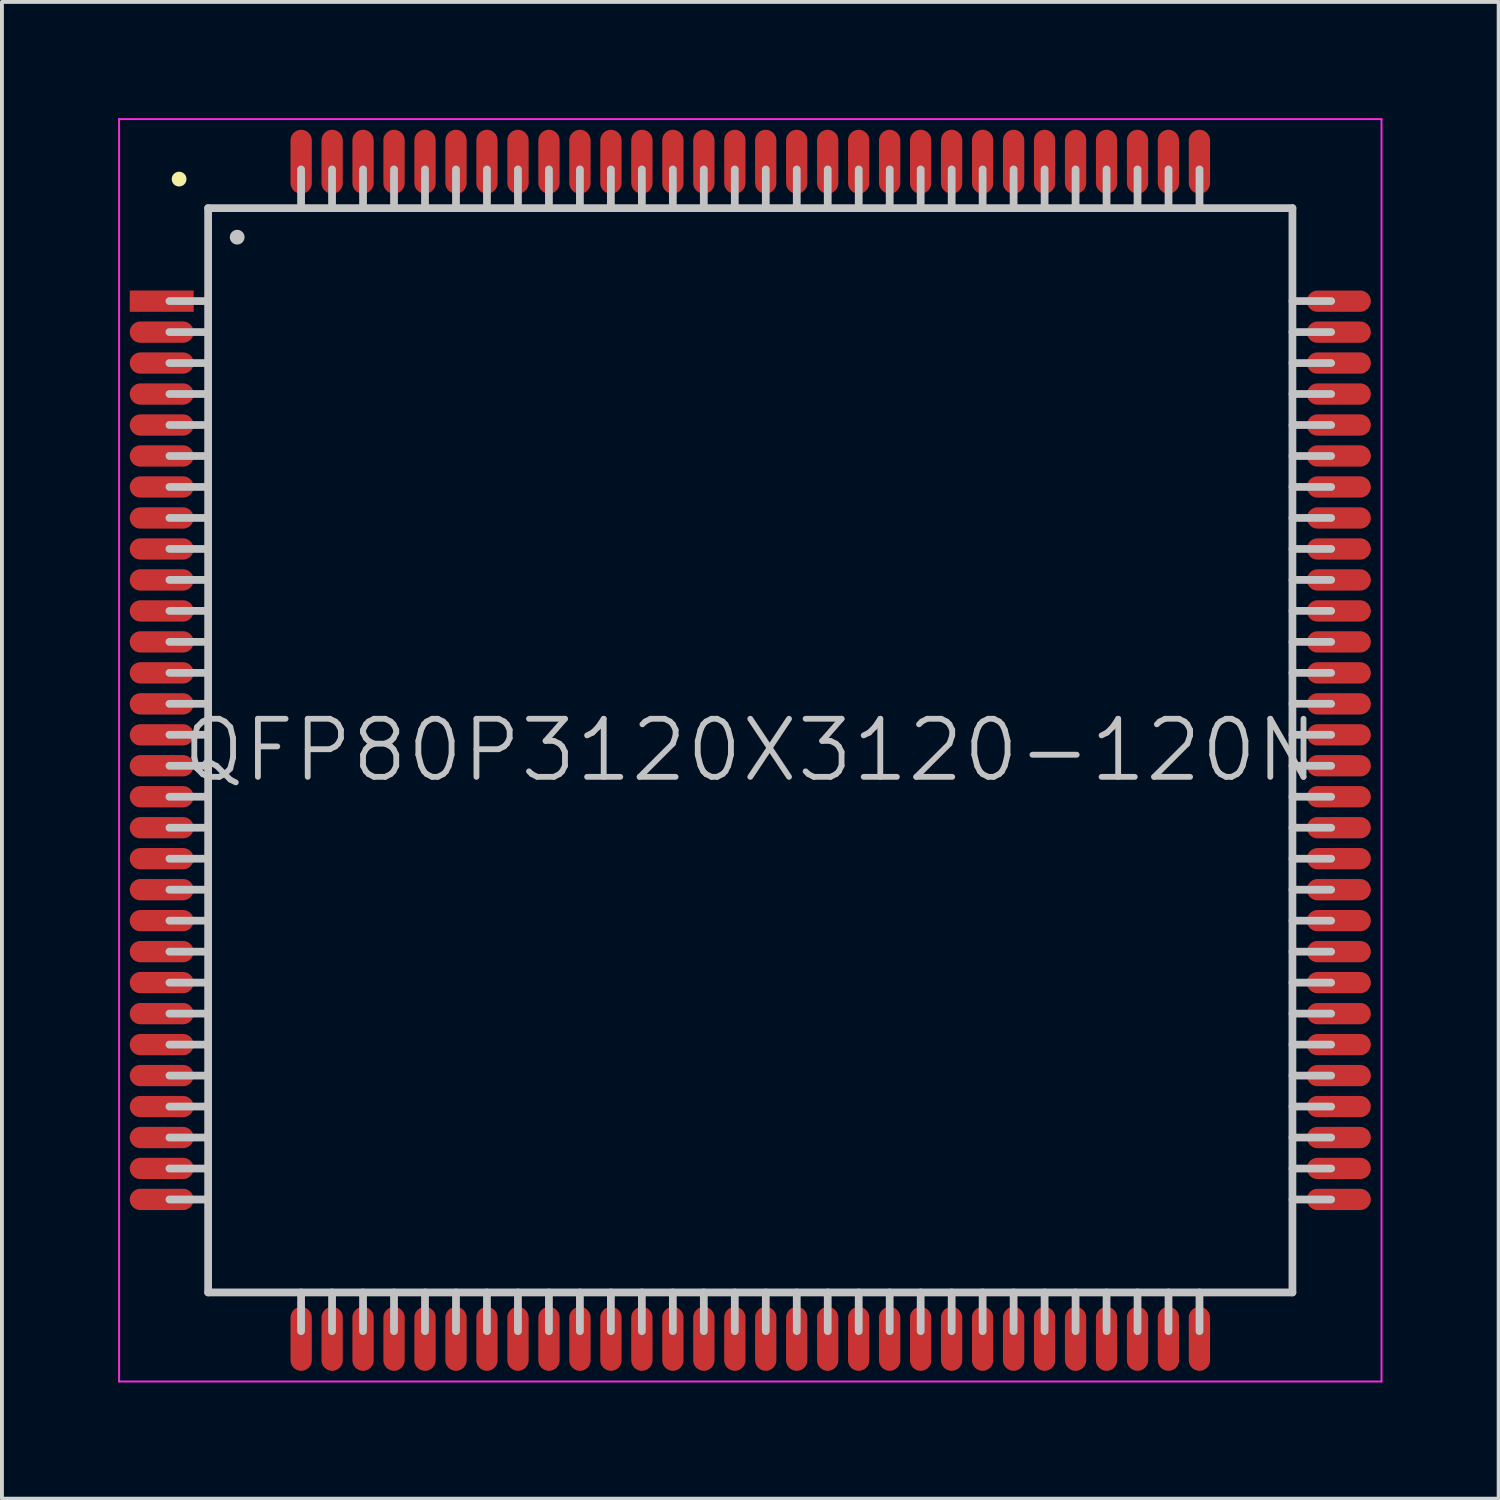
<source format=kicad_pcb>
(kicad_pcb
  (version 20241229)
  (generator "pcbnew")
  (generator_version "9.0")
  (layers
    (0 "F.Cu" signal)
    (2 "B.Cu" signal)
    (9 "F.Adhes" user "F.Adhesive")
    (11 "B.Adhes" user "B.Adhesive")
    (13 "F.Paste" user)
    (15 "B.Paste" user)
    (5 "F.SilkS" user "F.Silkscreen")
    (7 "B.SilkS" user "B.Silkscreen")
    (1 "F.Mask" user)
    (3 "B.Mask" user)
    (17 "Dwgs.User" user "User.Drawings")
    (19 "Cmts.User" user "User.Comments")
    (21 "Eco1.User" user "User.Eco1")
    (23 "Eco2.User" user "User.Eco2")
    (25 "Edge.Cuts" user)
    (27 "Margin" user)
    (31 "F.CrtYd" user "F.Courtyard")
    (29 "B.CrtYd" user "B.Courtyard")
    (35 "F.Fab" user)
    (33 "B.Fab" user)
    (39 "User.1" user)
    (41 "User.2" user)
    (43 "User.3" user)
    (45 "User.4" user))
  (footprint "QFP80P3120X3120-120N"
    (layer "F.Cu")
    (at 16.325 16.325)
    (property "Reference" "QFP80P3120X3120-120N" (at 0 0 0) (layer "Dwgs.User") (effects (font (size 1.5 1.5) (thickness 0.15))))
    (attr smd)
    (fp_line (start -14.75 -14.75) (end -14.75 -14.75) (stroke (width 0.381) (type solid)) (layer "F.SilkS"))
    (fp_line (start -14 -14) (end -14 14) (stroke (width 0.2) (type solid)) (layer "Dwgs.User"))
    (fp_line (start -14 -14) (end 14 -14) (stroke (width 0.2) (type solid)) (layer "Dwgs.User"))
    (fp_line (start -14 -11.6) (end -15 -11.6) (stroke (width 0.2) (type solid)) (layer "Dwgs.User"))
    (fp_line (start -14 -10.8) (end -15 -10.8) (stroke (width 0.2) (type solid)) (layer "Dwgs.User"))
    (fp_line (start -14 -10) (end -15 -10) (stroke (width 0.2) (type solid)) (layer "Dwgs.User"))
    (fp_line (start -14 -9.2) (end -15 -9.2) (stroke (width 0.2) (type solid)) (layer "Dwgs.User"))
    (fp_line (start -14 -8.4) (end -15 -8.4) (stroke (width 0.2) (type solid)) (layer "Dwgs.User"))
    (fp_line (start -14 -7.6) (end -15 -7.6) (stroke (width 0.2) (type solid)) (layer "Dwgs.User"))
    (fp_line (start -14 -6.8) (end -15 -6.8) (stroke (width 0.2) (type solid)) (layer "Dwgs.User"))
    (fp_line (start -14 -6) (end -15 -6) (stroke (width 0.2) (type solid)) (layer "Dwgs.User"))
    (fp_line (start -14 -5.2) (end -15 -5.2) (stroke (width 0.2) (type solid)) (layer "Dwgs.User"))
    (fp_line (start -14 -4.4) (end -15 -4.4) (stroke (width 0.2) (type solid)) (layer "Dwgs.User"))
    (fp_line (start -14 -3.6) (end -15 -3.6) (stroke (width 0.2) (type solid)) (layer "Dwgs.User"))
    (fp_line (start -14 -2.8) (end -15 -2.8) (stroke (width 0.2) (type solid)) (layer "Dwgs.User"))
    (fp_line (start -14 -2) (end -15 -2) (stroke (width 0.2) (type solid)) (layer "Dwgs.User"))
    (fp_line (start -14 -1.2) (end -15 -1.2) (stroke (width 0.2) (type solid)) (layer "Dwgs.User"))
    (fp_line (start -14 -0.4) (end -15 -0.4) (stroke (width 0.2) (type solid)) (layer "Dwgs.User"))
    (fp_line (start -14 0.4) (end -15 0.4) (stroke (width 0.2) (type solid)) (layer "Dwgs.User"))
    (fp_line (start -14 1.2) (end -15 1.2) (stroke (width 0.2) (type solid)) (layer "Dwgs.User"))
    (fp_line (start -14 2) (end -15 2) (stroke (width 0.2) (type solid)) (layer "Dwgs.User"))
    (fp_line (start -14 2.8) (end -15 2.8) (stroke (width 0.2) (type solid)) (layer "Dwgs.User"))
    (fp_line (start -14 3.6) (end -15 3.6) (stroke (width 0.2) (type solid)) (layer "Dwgs.User"))
    (fp_line (start -14 4.4) (end -15 4.4) (stroke (width 0.2) (type solid)) (layer "Dwgs.User"))
    (fp_line (start -14 5.2) (end -15 5.2) (stroke (width 0.2) (type solid)) (layer "Dwgs.User"))
    (fp_line (start -14 6) (end -15 6) (stroke (width 0.2) (type solid)) (layer "Dwgs.User"))
    (fp_line (start -14 6.8) (end -15 6.8) (stroke (width 0.2) (type solid)) (layer "Dwgs.User"))
    (fp_line (start -14 7.6) (end -15 7.6) (stroke (width 0.2) (type solid)) (layer "Dwgs.User"))
    (fp_line (start -14 8.4) (end -15 8.4) (stroke (width 0.2) (type solid)) (layer "Dwgs.User"))
    (fp_line (start -14 9.2) (end -15 9.2) (stroke (width 0.2) (type solid)) (layer "Dwgs.User"))
    (fp_line (start -14 10) (end -15 10) (stroke (width 0.2) (type solid)) (layer "Dwgs.User"))
    (fp_line (start -14 10.8) (end -15 10.8) (stroke (width 0.2) (type solid)) (layer "Dwgs.User"))
    (fp_line (start -14 11.6) (end -15 11.6) (stroke (width 0.2) (type solid)) (layer "Dwgs.User"))
    (fp_line (start -14 14) (end 14 14) (stroke (width 0.2) (type solid)) (layer "Dwgs.User"))
    (fp_line (start -13.25 -13.25) (end -13.25 -13.25) (stroke (width 0.381) (type solid)) (layer "Dwgs.User"))
    (fp_line (start -11.6 -14) (end -11.6 -15) (stroke (width 0.2) (type solid)) (layer "Dwgs.User"))
    (fp_line (start -11.6 15) (end -11.6 14) (stroke (width 0.2) (type solid)) (layer "Dwgs.User"))
    (fp_line (start -10.8 -14) (end -10.8 -15) (stroke (width 0.2) (type solid)) (layer "Dwgs.User"))
    (fp_line (start -10.8 15) (end -10.8 14) (stroke (width 0.2) (type solid)) (layer "Dwgs.User"))
    (fp_line (start -10 -14) (end -10 -15) (stroke (width 0.2) (type solid)) (layer "Dwgs.User"))
    (fp_line (start -10 15) (end -10 14) (stroke (width 0.2) (type solid)) (layer "Dwgs.User"))
    (fp_line (start -9.2 -14) (end -9.2 -15) (stroke (width 0.2) (type solid)) (layer "Dwgs.User"))
    (fp_line (start -9.2 15) (end -9.2 14) (stroke (width 0.2) (type solid)) (layer "Dwgs.User"))
    (fp_line (start -8.4 -14) (end -8.4 -15) (stroke (width 0.2) (type solid)) (layer "Dwgs.User"))
    (fp_line (start -8.4 15) (end -8.4 14) (stroke (width 0.2) (type solid)) (layer "Dwgs.User"))
    (fp_line (start -7.6 -14) (end -7.6 -15) (stroke (width 0.2) (type solid)) (layer "Dwgs.User"))
    (fp_line (start -7.6 15) (end -7.6 14) (stroke (width 0.2) (type solid)) (layer "Dwgs.User"))
    (fp_line (start -6.8 -14) (end -6.8 -15) (stroke (width 0.2) (type solid)) (layer "Dwgs.User"))
    (fp_line (start -6.8 15) (end -6.8 14) (stroke (width 0.2) (type solid)) (layer "Dwgs.User"))
    (fp_line (start -6 -14) (end -6 -15) (stroke (width 0.2) (type solid)) (layer "Dwgs.User"))
    (fp_line (start -6 15) (end -6 14) (stroke (width 0.2) (type solid)) (layer "Dwgs.User"))
    (fp_line (start -5.2 -14) (end -5.2 -15) (stroke (width 0.2) (type solid)) (layer "Dwgs.User"))
    (fp_line (start -5.2 15) (end -5.2 14) (stroke (width 0.2) (type solid)) (layer "Dwgs.User"))
    (fp_line (start -4.4 -14) (end -4.4 -15) (stroke (width 0.2) (type solid)) (layer "Dwgs.User"))
    (fp_line (start -4.4 15) (end -4.4 14) (stroke (width 0.2) (type solid)) (layer "Dwgs.User"))
    (fp_line (start -3.6 -14) (end -3.6 -15) (stroke (width 0.2) (type solid)) (layer "Dwgs.User"))
    (fp_line (start -3.6 15) (end -3.6 14) (stroke (width 0.2) (type solid)) (layer "Dwgs.User"))
    (fp_line (start -2.8 -14) (end -2.8 -15) (stroke (width 0.2) (type solid)) (layer "Dwgs.User"))
    (fp_line (start -2.8 15) (end -2.8 14) (stroke (width 0.2) (type solid)) (layer "Dwgs.User"))
    (fp_line (start -2 -14) (end -2 -15) (stroke (width 0.2) (type solid)) (layer "Dwgs.User"))
    (fp_line (start -2 15) (end -2 14) (stroke (width 0.2) (type solid)) (layer "Dwgs.User"))
    (fp_line (start -1.2 -14) (end -1.2 -15) (stroke (width 0.2) (type solid)) (layer "Dwgs.User"))
    (fp_line (start -1.2 15) (end -1.2 14) (stroke (width 0.2) (type solid)) (layer "Dwgs.User"))
    (fp_line (start -0.4 -14) (end -0.4 -15) (stroke (width 0.2) (type solid)) (layer "Dwgs.User"))
    (fp_line (start -0.4 15) (end -0.4 14) (stroke (width 0.2) (type solid)) (layer "Dwgs.User"))
    (fp_line (start 0.4 -14) (end 0.4 -15) (stroke (width 0.2) (type solid)) (layer "Dwgs.User"))
    (fp_line (start 0.4 15) (end 0.4 14) (stroke (width 0.2) (type solid)) (layer "Dwgs.User"))
    (fp_line (start 1.2 -14) (end 1.2 -15) (stroke (width 0.2) (type solid)) (layer "Dwgs.User"))
    (fp_line (start 1.2 15) (end 1.2 14) (stroke (width 0.2) (type solid)) (layer "Dwgs.User"))
    (fp_line (start 2 -14) (end 2 -15) (stroke (width 0.2) (type solid)) (layer "Dwgs.User"))
    (fp_line (start 2 15) (end 2 14) (stroke (width 0.2) (type solid)) (layer "Dwgs.User"))
    (fp_line (start 2.8 -14) (end 2.8 -15) (stroke (width 0.2) (type solid)) (layer "Dwgs.User"))
    (fp_line (start 2.8 15) (end 2.8 14) (stroke (width 0.2) (type solid)) (layer "Dwgs.User"))
    (fp_line (start 3.6 -14) (end 3.6 -15) (stroke (width 0.2) (type solid)) (layer "Dwgs.User"))
    (fp_line (start 3.6 15) (end 3.6 14) (stroke (width 0.2) (type solid)) (layer "Dwgs.User"))
    (fp_line (start 4.4 -14) (end 4.4 -15) (stroke (width 0.2) (type solid)) (layer "Dwgs.User"))
    (fp_line (start 4.4 15) (end 4.4 14) (stroke (width 0.2) (type solid)) (layer "Dwgs.User"))
    (fp_line (start 5.2 -14) (end 5.2 -15) (stroke (width 0.2) (type solid)) (layer "Dwgs.User"))
    (fp_line (start 5.2 15) (end 5.2 14) (stroke (width 0.2) (type solid)) (layer "Dwgs.User"))
    (fp_line (start 6 -14) (end 6 -15) (stroke (width 0.2) (type solid)) (layer "Dwgs.User"))
    (fp_line (start 6 15) (end 6 14) (stroke (width 0.2) (type solid)) (layer "Dwgs.User"))
    (fp_line (start 6.8 -14) (end 6.8 -15) (stroke (width 0.2) (type solid)) (layer "Dwgs.User"))
    (fp_line (start 6.8 15) (end 6.8 14) (stroke (width 0.2) (type solid)) (layer "Dwgs.User"))
    (fp_line (start 7.6 -14) (end 7.6 -15) (stroke (width 0.2) (type solid)) (layer "Dwgs.User"))
    (fp_line (start 7.6 15) (end 7.6 14) (stroke (width 0.2) (type solid)) (layer "Dwgs.User"))
    (fp_line (start 8.4 -14) (end 8.4 -15) (stroke (width 0.2) (type solid)) (layer "Dwgs.User"))
    (fp_line (start 8.4 15) (end 8.4 14) (stroke (width 0.2) (type solid)) (layer "Dwgs.User"))
    (fp_line (start 9.2 -14) (end 9.2 -15) (stroke (width 0.2) (type solid)) (layer "Dwgs.User"))
    (fp_line (start 9.2 15) (end 9.2 14) (stroke (width 0.2) (type solid)) (layer "Dwgs.User"))
    (fp_line (start 10 -14) (end 10 -15) (stroke (width 0.2) (type solid)) (layer "Dwgs.User"))
    (fp_line (start 10 15) (end 10 14) (stroke (width 0.2) (type solid)) (layer "Dwgs.User"))
    (fp_line (start 10.8 -14) (end 10.8 -15) (stroke (width 0.2) (type solid)) (layer "Dwgs.User"))
    (fp_line (start 10.8 15) (end 10.8 14) (stroke (width 0.2) (type solid)) (layer "Dwgs.User"))
    (fp_line (start 11.6 -14) (end 11.6 -15) (stroke (width 0.2) (type solid)) (layer "Dwgs.User"))
    (fp_line (start 11.6 15) (end 11.6 14) (stroke (width 0.2) (type solid)) (layer "Dwgs.User"))
    (fp_line (start 14 -14) (end 14 14) (stroke (width 0.2) (type solid)) (layer "Dwgs.User"))
    (fp_line (start 15 -11.6) (end 14 -11.6) (stroke (width 0.2) (type solid)) (layer "Dwgs.User"))
    (fp_line (start 15 -10.8) (end 14 -10.8) (stroke (width 0.2) (type solid)) (layer "Dwgs.User"))
    (fp_line (start 15 -10) (end 14 -10) (stroke (width 0.2) (type solid)) (layer "Dwgs.User"))
    (fp_line (start 15 -9.2) (end 14 -9.2) (stroke (width 0.2) (type solid)) (layer "Dwgs.User"))
    (fp_line (start 15 -8.4) (end 14 -8.4) (stroke (width 0.2) (type solid)) (layer "Dwgs.User"))
    (fp_line (start 15 -7.6) (end 14 -7.6) (stroke (width 0.2) (type solid)) (layer "Dwgs.User"))
    (fp_line (start 15 -6.8) (end 14 -6.8) (stroke (width 0.2) (type solid)) (layer "Dwgs.User"))
    (fp_line (start 15 -6) (end 14 -6) (stroke (width 0.2) (type solid)) (layer "Dwgs.User"))
    (fp_line (start 15 -5.2) (end 14 -5.2) (stroke (width 0.2) (type solid)) (layer "Dwgs.User"))
    (fp_line (start 15 -4.4) (end 14 -4.4) (stroke (width 0.2) (type solid)) (layer "Dwgs.User"))
    (fp_line (start 15 -3.6) (end 14 -3.6) (stroke (width 0.2) (type solid)) (layer "Dwgs.User"))
    (fp_line (start 15 -2.8) (end 14 -2.8) (stroke (width 0.2) (type solid)) (layer "Dwgs.User"))
    (fp_line (start 15 -2) (end 14 -2) (stroke (width 0.2) (type solid)) (layer "Dwgs.User"))
    (fp_line (start 15 -1.2) (end 14 -1.2) (stroke (width 0.2) (type solid)) (layer "Dwgs.User"))
    (fp_line (start 15 -0.4) (end 14 -0.4) (stroke (width 0.2) (type solid)) (layer "Dwgs.User"))
    (fp_line (start 15 0.4) (end 14 0.4) (stroke (width 0.2) (type solid)) (layer "Dwgs.User"))
    (fp_line (start 15 1.2) (end 14 1.2) (stroke (width 0.2) (type solid)) (layer "Dwgs.User"))
    (fp_line (start 15 2) (end 14 2) (stroke (width 0.2) (type solid)) (layer "Dwgs.User"))
    (fp_line (start 15 2.8) (end 14 2.8) (stroke (width 0.2) (type solid)) (layer "Dwgs.User"))
    (fp_line (start 15 3.6) (end 14 3.6) (stroke (width 0.2) (type solid)) (layer "Dwgs.User"))
    (fp_line (start 15 4.4) (end 14 4.4) (stroke (width 0.2) (type solid)) (layer "Dwgs.User"))
    (fp_line (start 15 5.2) (end 14 5.2) (stroke (width 0.2) (type solid)) (layer "Dwgs.User"))
    (fp_line (start 15 6) (end 14 6) (stroke (width 0.2) (type solid)) (layer "Dwgs.User"))
    (fp_line (start 15 6.8) (end 14 6.8) (stroke (width 0.2) (type solid)) (layer "Dwgs.User"))
    (fp_line (start 15 7.6) (end 14 7.6) (stroke (width 0.2) (type solid)) (layer "Dwgs.User"))
    (fp_line (start 15 8.4) (end 14 8.4) (stroke (width 0.2) (type solid)) (layer "Dwgs.User"))
    (fp_line (start 15 9.2) (end 14 9.2) (stroke (width 0.2) (type solid)) (layer "Dwgs.User"))
    (fp_line (start 15 10) (end 14 10) (stroke (width 0.2) (type solid)) (layer "Dwgs.User"))
    (fp_line (start 15 10.8) (end 14 10.8) (stroke (width 0.2) (type solid)) (layer "Dwgs.User"))
    (fp_line (start 15 11.6) (end 14 11.6) (stroke (width 0.2) (type solid)) (layer "Dwgs.User"))
    (fp_line (start -16.3 -16.3) (end -16.3 16.3) (stroke (width 0.05) (type solid)) (layer "F.CrtYd"))
    (fp_line (start -16.3 -16.3) (end 16.3 -16.3) (stroke (width 0.05) (type solid)) (layer "F.CrtYd"))
    (fp_line (start -16.3 16.3) (end 16.3 16.3) (stroke (width 0.05) (type solid)) (layer "F.CrtYd"))
    (fp_line (start 16.3 -16.3) (end 16.3 16.3) (stroke (width 0.05) (type solid)) (layer "F.CrtYd"))
    (pad "1" smd rect (at -15.199 -11.598 90) (size 0.55 1.65) (layers "F.Cu" "F.Mask" "F.Paste"))
    (pad "2" smd oval (at -15.199 -10.798 90) (size 0.55 1.65) (layers "F.Cu" "F.Mask" "F.Paste"))
    (pad "3" smd oval (at -15.199 -10 90) (size 0.55 1.65) (layers "F.Cu" "F.Mask" "F.Paste"))
    (pad "4" smd oval (at -15.199 -9.2 90) (size 0.55 1.65) (layers "F.Cu" "F.Mask" "F.Paste"))
    (pad "5" smd oval (at -15.199 -8.4 90) (size 0.55 1.65) (layers "F.Cu" "F.Mask" "F.Paste"))
    (pad "6" smd oval (at -15.199 -7.6 90) (size 0.55 1.65) (layers "F.Cu" "F.Mask" "F.Paste"))
    (pad "7" smd oval (at -15.199 -6.8 90) (size 0.55 1.65) (layers "F.Cu" "F.Mask" "F.Paste"))
    (pad "8" smd oval (at -15.199 -5.999 90) (size 0.55 1.65) (layers "F.Cu" "F.Mask" "F.Paste"))
    (pad "9" smd oval (at -15.199 -5.199 90) (size 0.55 1.65) (layers "F.Cu" "F.Mask" "F.Paste"))
    (pad "10" smd oval (at -15.199 -4.399 90) (size 0.55 1.65) (layers "F.Cu" "F.Mask" "F.Paste"))
    (pad "11" smd oval (at -15.199 -3.599 90) (size 0.55 1.65) (layers "F.Cu" "F.Mask" "F.Paste"))
    (pad "12" smd oval (at -15.199 -2.799 90) (size 0.55 1.65) (layers "F.Cu" "F.Mask" "F.Paste"))
    (pad "13" smd oval (at -15.199 -1.999 90) (size 0.55 1.65) (layers "F.Cu" "F.Mask" "F.Paste"))
    (pad "14" smd oval (at -15.199 -1.199 90) (size 0.55 1.65) (layers "F.Cu" "F.Mask" "F.Paste"))
    (pad "15" smd oval (at -15.199 -0.399 90) (size 0.55 1.65) (layers "F.Cu" "F.Mask" "F.Paste"))
    (pad "16" smd oval (at -15.199 0.399 90) (size 0.55 1.65) (layers "F.Cu" "F.Mask" "F.Paste"))
    (pad "17" smd oval (at -15.199 1.199 90) (size 0.55 1.65) (layers "F.Cu" "F.Mask" "F.Paste"))
    (pad "18" smd oval (at -15.199 1.999 90) (size 0.55 1.65) (layers "F.Cu" "F.Mask" "F.Paste"))
    (pad "19" smd oval (at -15.199 2.799 90) (size 0.55 1.65) (layers "F.Cu" "F.Mask" "F.Paste"))
    (pad "20" smd oval (at -15.199 3.599 90) (size 0.55 1.65) (layers "F.Cu" "F.Mask" "F.Paste"))
    (pad "21" smd oval (at -15.199 4.399 90) (size 0.55 1.65) (layers "F.Cu" "F.Mask" "F.Paste"))
    (pad "22" smd oval (at -15.199 5.199 90) (size 0.55 1.65) (layers "F.Cu" "F.Mask" "F.Paste"))
    (pad "23" smd oval (at -15.199 5.999 90) (size 0.55 1.65) (layers "F.Cu" "F.Mask" "F.Paste"))
    (pad "24" smd oval (at -15.199 6.8 90) (size 0.55 1.65) (layers "F.Cu" "F.Mask" "F.Paste"))
    (pad "25" smd oval (at -15.199 7.6 90) (size 0.55 1.65) (layers "F.Cu" "F.Mask" "F.Paste"))
    (pad "26" smd oval (at -15.199 8.4 90) (size 0.55 1.65) (layers "F.Cu" "F.Mask" "F.Paste"))
    (pad "27" smd oval (at -15.199 9.2 90) (size 0.55 1.65) (layers "F.Cu" "F.Mask" "F.Paste"))
    (pad "28" smd oval (at -15.199 10 90) (size 0.55 1.65) (layers "F.Cu" "F.Mask" "F.Paste"))
    (pad "29" smd oval (at -15.199 10.798 90) (size 0.55 1.65) (layers "F.Cu" "F.Mask" "F.Paste"))
    (pad "30" smd oval (at -15.199 11.598 90) (size 0.55 1.65) (layers "F.Cu" "F.Mask" "F.Paste"))
    (pad "31" smd oval (at -11.598 15.199 180) (size 0.55 1.65) (layers "F.Cu" "F.Mask" "F.Paste"))
    (pad "32" smd oval (at -10.798 15.199 180) (size 0.55 1.65) (layers "F.Cu" "F.Mask" "F.Paste"))
    (pad "33" smd oval (at -10 15.199 180) (size 0.55 1.65) (layers "F.Cu" "F.Mask" "F.Paste"))
    (pad "34" smd oval (at -9.2 15.199 180) (size 0.55 1.65) (layers "F.Cu" "F.Mask" "F.Paste"))
    (pad "35" smd oval (at -8.4 15.199 180) (size 0.55 1.65) (layers "F.Cu" "F.Mask" "F.Paste"))
    (pad "36" smd oval (at -7.6 15.199 180) (size 0.55 1.65) (layers "F.Cu" "F.Mask" "F.Paste"))
    (pad "37" smd oval (at -6.8 15.199 180) (size 0.55 1.65) (layers "F.Cu" "F.Mask" "F.Paste"))
    (pad "38" smd oval (at -5.999 15.199 180) (size 0.55 1.65) (layers "F.Cu" "F.Mask" "F.Paste"))
    (pad "39" smd oval (at -5.199 15.199 180) (size 0.55 1.65) (layers "F.Cu" "F.Mask" "F.Paste"))
    (pad "40" smd oval (at -4.399 15.199 180) (size 0.55 1.65) (layers "F.Cu" "F.Mask" "F.Paste"))
    (pad "41" smd oval (at -3.599 15.199 180) (size 0.55 1.65) (layers "F.Cu" "F.Mask" "F.Paste"))
    (pad "42" smd oval (at -2.799 15.199 180) (size 0.55 1.65) (layers "F.Cu" "F.Mask" "F.Paste"))
    (pad "43" smd oval (at -1.999 15.199 180) (size 0.55 1.65) (layers "F.Cu" "F.Mask" "F.Paste"))
    (pad "44" smd oval (at -1.199 15.199 180) (size 0.55 1.65) (layers "F.Cu" "F.Mask" "F.Paste"))
    (pad "45" smd oval (at -0.399 15.199 180) (size 0.55 1.65) (layers "F.Cu" "F.Mask" "F.Paste"))
    (pad "46" smd oval (at 0.399 15.199 180) (size 0.55 1.65) (layers "F.Cu" "F.Mask" "F.Paste"))
    (pad "47" smd oval (at 1.199 15.199 180) (size 0.55 1.65) (layers "F.Cu" "F.Mask" "F.Paste"))
    (pad "48" smd oval (at 1.999 15.199 180) (size 0.55 1.65) (layers "F.Cu" "F.Mask" "F.Paste"))
    (pad "49" smd oval (at 2.799 15.199 180) (size 0.55 1.65) (layers "F.Cu" "F.Mask" "F.Paste"))
    (pad "50" smd oval (at 3.599 15.199 180) (size 0.55 1.65) (layers "F.Cu" "F.Mask" "F.Paste"))
    (pad "51" smd oval (at 4.399 15.199 180) (size 0.55 1.65) (layers "F.Cu" "F.Mask" "F.Paste"))
    (pad "52" smd oval (at 5.199 15.199 180) (size 0.55 1.65) (layers "F.Cu" "F.Mask" "F.Paste"))
    (pad "53" smd oval (at 5.999 15.199 180) (size 0.55 1.65) (layers "F.Cu" "F.Mask" "F.Paste"))
    (pad "54" smd oval (at 6.8 15.199 180) (size 0.55 1.65) (layers "F.Cu" "F.Mask" "F.Paste"))
    (pad "55" smd oval (at 7.6 15.199 180) (size 0.55 1.65) (layers "F.Cu" "F.Mask" "F.Paste"))
    (pad "56" smd oval (at 8.4 15.199 180) (size 0.55 1.65) (layers "F.Cu" "F.Mask" "F.Paste"))
    (pad "57" smd oval (at 9.2 15.199 180) (size 0.55 1.65) (layers "F.Cu" "F.Mask" "F.Paste"))
    (pad "58" smd oval (at 10 15.199 180) (size 0.55 1.65) (layers "F.Cu" "F.Mask" "F.Paste"))
    (pad "59" smd oval (at 10.798 15.199 180) (size 0.55 1.65) (layers "F.Cu" "F.Mask" "F.Paste"))
    (pad "60" smd oval (at 11.598 15.199 180) (size 0.55 1.65) (layers "F.Cu" "F.Mask" "F.Paste"))
    (pad "61" smd oval (at 15.199 11.598 270) (size 0.55 1.65) (layers "F.Cu" "F.Mask" "F.Paste"))
    (pad "62" smd oval (at 15.199 10.798 270) (size 0.55 1.65) (layers "F.Cu" "F.Mask" "F.Paste"))
    (pad "63" smd oval (at 15.199 10 270) (size 0.55 1.65) (layers "F.Cu" "F.Mask" "F.Paste"))
    (pad "64" smd oval (at 15.199 9.2 270) (size 0.55 1.65) (layers "F.Cu" "F.Mask" "F.Paste"))
    (pad "65" smd oval (at 15.199 8.4 270) (size 0.55 1.65) (layers "F.Cu" "F.Mask" "F.Paste"))
    (pad "66" smd oval (at 15.199 7.6 270) (size 0.55 1.65) (layers "F.Cu" "F.Mask" "F.Paste"))
    (pad "67" smd oval (at 15.199 6.8 270) (size 0.55 1.65) (layers "F.Cu" "F.Mask" "F.Paste"))
    (pad "68" smd oval (at 15.199 5.999 270) (size 0.55 1.65) (layers "F.Cu" "F.Mask" "F.Paste"))
    (pad "69" smd oval (at 15.199 5.199 270) (size 0.55 1.65) (layers "F.Cu" "F.Mask" "F.Paste"))
    (pad "70" smd oval (at 15.199 4.399 270) (size 0.55 1.65) (layers "F.Cu" "F.Mask" "F.Paste"))
    (pad "71" smd oval (at 15.199 3.599 270) (size 0.55 1.65) (layers "F.Cu" "F.Mask" "F.Paste"))
    (pad "72" smd oval (at 15.199 2.799 270) (size 0.55 1.65) (layers "F.Cu" "F.Mask" "F.Paste"))
    (pad "73" smd oval (at 15.199 1.999 270) (size 0.55 1.65) (layers "F.Cu" "F.Mask" "F.Paste"))
    (pad "74" smd oval (at 15.199 1.199 270) (size 0.55 1.65) (layers "F.Cu" "F.Mask" "F.Paste"))
    (pad "75" smd oval (at 15.199 0.399 270) (size 0.55 1.65) (layers "F.Cu" "F.Mask" "F.Paste"))
    (pad "76" smd oval (at 15.199 -0.399 270) (size 0.55 1.65) (layers "F.Cu" "F.Mask" "F.Paste"))
    (pad "77" smd oval (at 15.199 -1.199 270) (size 0.55 1.65) (layers "F.Cu" "F.Mask" "F.Paste"))
    (pad "78" smd oval (at 15.199 -1.999 270) (size 0.55 1.65) (layers "F.Cu" "F.Mask" "F.Paste"))
    (pad "79" smd oval (at 15.199 -2.799 270) (size 0.55 1.65) (layers "F.Cu" "F.Mask" "F.Paste"))
    (pad "80" smd oval (at 15.199 -3.599 270) (size 0.55 1.65) (layers "F.Cu" "F.Mask" "F.Paste"))
    (pad "81" smd oval (at 15.199 -4.399 270) (size 0.55 1.65) (layers "F.Cu" "F.Mask" "F.Paste"))
    (pad "82" smd oval (at 15.199 -5.199 270) (size 0.55 1.65) (layers "F.Cu" "F.Mask" "F.Paste"))
    (pad "83" smd oval (at 15.199 -5.999 270) (size 0.55 1.65) (layers "F.Cu" "F.Mask" "F.Paste"))
    (pad "84" smd oval (at 15.199 -6.8 270) (size 0.55 1.65) (layers "F.Cu" "F.Mask" "F.Paste"))
    (pad "85" smd oval (at 15.199 -7.6 270) (size 0.55 1.65) (layers "F.Cu" "F.Mask" "F.Paste"))
    (pad "86" smd oval (at 15.199 -8.4 270) (size 0.55 1.65) (layers "F.Cu" "F.Mask" "F.Paste"))
    (pad "87" smd oval (at 15.199 -9.2 270) (size 0.55 1.65) (layers "F.Cu" "F.Mask" "F.Paste"))
    (pad "88" smd oval (at 15.199 -10 270) (size 0.55 1.65) (layers "F.Cu" "F.Mask" "F.Paste"))
    (pad "89" smd oval (at 15.199 -10.798 270) (size 0.55 1.65) (layers "F.Cu" "F.Mask" "F.Paste"))
    (pad "90" smd oval (at 15.199 -11.598 270) (size 0.55 1.65) (layers "F.Cu" "F.Mask" "F.Paste"))
    (pad "91" smd oval (at 11.598 -15.199) (size 0.55 1.65) (layers "F.Cu" "F.Mask" "F.Paste"))
    (pad "92" smd oval (at 10.798 -15.199) (size 0.55 1.65) (layers "F.Cu" "F.Mask" "F.Paste"))
    (pad "93" smd oval (at 10 -15.199) (size 0.55 1.65) (layers "F.Cu" "F.Mask" "F.Paste"))
    (pad "94" smd oval (at 9.2 -15.199) (size 0.55 1.65) (layers "F.Cu" "F.Mask" "F.Paste"))
    (pad "95" smd oval (at 8.4 -15.199) (size 0.55 1.65) (layers "F.Cu" "F.Mask" "F.Paste"))
    (pad "96" smd oval (at 7.6 -15.199) (size 0.55 1.65) (layers "F.Cu" "F.Mask" "F.Paste"))
    (pad "97" smd oval (at 6.8 -15.199) (size 0.55 1.65) (layers "F.Cu" "F.Mask" "F.Paste"))
    (pad "98" smd oval (at 5.999 -15.199) (size 0.55 1.65) (layers "F.Cu" "F.Mask" "F.Paste"))
    (pad "99" smd oval (at 5.199 -15.199) (size 0.55 1.65) (layers "F.Cu" "F.Mask" "F.Paste"))
    (pad "100" smd oval (at 4.399 -15.199) (size 0.55 1.65) (layers "F.Cu" "F.Mask" "F.Paste"))
    (pad "101" smd oval (at 3.599 -15.199) (size 0.55 1.65) (layers "F.Cu" "F.Mask" "F.Paste"))
    (pad "102" smd oval (at 2.799 -15.199) (size 0.55 1.65) (layers "F.Cu" "F.Mask" "F.Paste"))
    (pad "103" smd oval (at 1.999 -15.199) (size 0.55 1.65) (layers "F.Cu" "F.Mask" "F.Paste"))
    (pad "104" smd oval (at 1.199 -15.199) (size 0.55 1.65) (layers "F.Cu" "F.Mask" "F.Paste"))
    (pad "105" smd oval (at 0.399 -15.199) (size 0.55 1.65) (layers "F.Cu" "F.Mask" "F.Paste"))
    (pad "106" smd oval (at -0.399 -15.199) (size 0.55 1.65) (layers "F.Cu" "F.Mask" "F.Paste"))
    (pad "107" smd oval (at -1.199 -15.199) (size 0.55 1.65) (layers "F.Cu" "F.Mask" "F.Paste"))
    (pad "108" smd oval (at -1.999 -15.199) (size 0.55 1.65) (layers "F.Cu" "F.Mask" "F.Paste"))
    (pad "109" smd oval (at -2.799 -15.199) (size 0.55 1.65) (layers "F.Cu" "F.Mask" "F.Paste"))
    (pad "110" smd oval (at -3.599 -15.199) (size 0.55 1.65) (layers "F.Cu" "F.Mask" "F.Paste"))
    (pad "111" smd oval (at -4.399 -15.199) (size 0.55 1.65) (layers "F.Cu" "F.Mask" "F.Paste"))
    (pad "112" smd oval (at -5.199 -15.199) (size 0.55 1.65) (layers "F.Cu" "F.Mask" "F.Paste"))
    (pad "113" smd oval (at -5.999 -15.199) (size 0.55 1.65) (layers "F.Cu" "F.Mask" "F.Paste"))
    (pad "114" smd oval (at -6.8 -15.199) (size 0.55 1.65) (layers "F.Cu" "F.Mask" "F.Paste"))
    (pad "115" smd oval (at -7.6 -15.199) (size 0.55 1.65) (layers "F.Cu" "F.Mask" "F.Paste"))
    (pad "116" smd oval (at -8.4 -15.199) (size 0.55 1.65) (layers "F.Cu" "F.Mask" "F.Paste"))
    (pad "117" smd oval (at -9.2 -15.199) (size 0.55 1.65) (layers "F.Cu" "F.Mask" "F.Paste"))
    (pad "118" smd oval (at -10 -15.199) (size 0.55 1.65) (layers "F.Cu" "F.Mask" "F.Paste"))
    (pad "119" smd oval (at -10.798 -15.199) (size 0.55 1.65) (layers "F.Cu" "F.Mask" "F.Paste"))
    (pad "120" smd oval (at -11.598 -15.199) (size 0.55 1.65) (layers "F.Cu" "F.Mask" "F.Paste")))
  (gr_rect
    (start -3 -3)
    (end 35.65 35.65)
    (stroke (width 0.1) (type default))
    (fill no)
    (layer "Edge.Cuts")))
</source>
